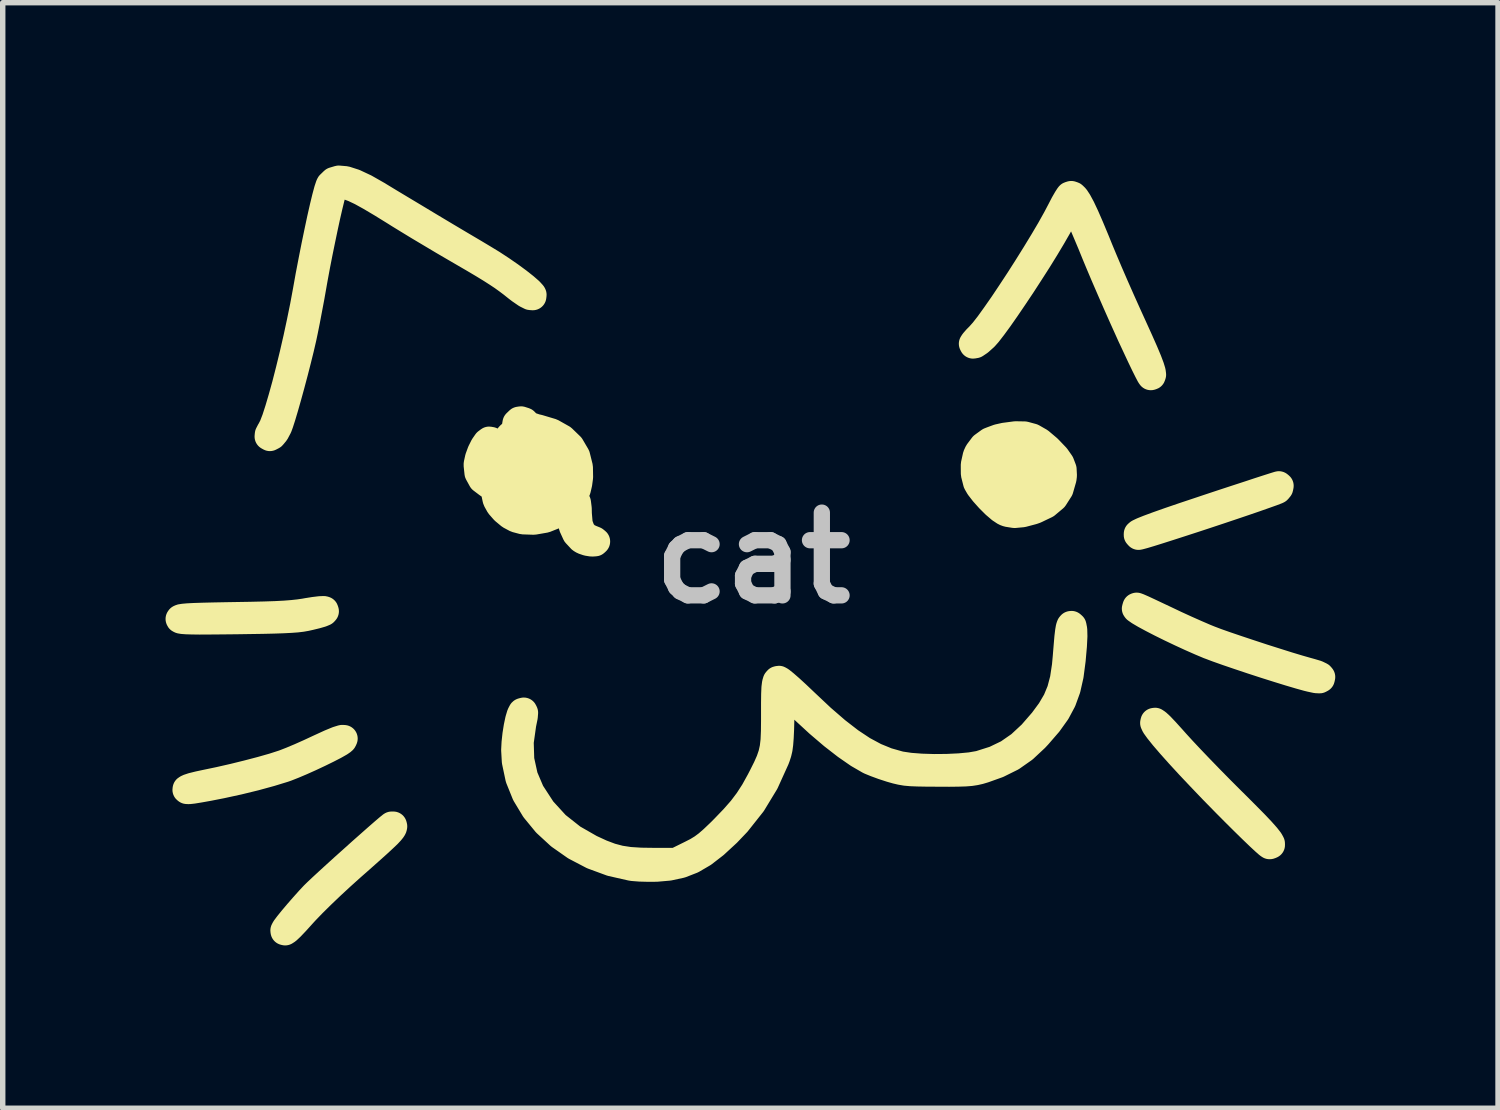
<source format=kicad_pcb>
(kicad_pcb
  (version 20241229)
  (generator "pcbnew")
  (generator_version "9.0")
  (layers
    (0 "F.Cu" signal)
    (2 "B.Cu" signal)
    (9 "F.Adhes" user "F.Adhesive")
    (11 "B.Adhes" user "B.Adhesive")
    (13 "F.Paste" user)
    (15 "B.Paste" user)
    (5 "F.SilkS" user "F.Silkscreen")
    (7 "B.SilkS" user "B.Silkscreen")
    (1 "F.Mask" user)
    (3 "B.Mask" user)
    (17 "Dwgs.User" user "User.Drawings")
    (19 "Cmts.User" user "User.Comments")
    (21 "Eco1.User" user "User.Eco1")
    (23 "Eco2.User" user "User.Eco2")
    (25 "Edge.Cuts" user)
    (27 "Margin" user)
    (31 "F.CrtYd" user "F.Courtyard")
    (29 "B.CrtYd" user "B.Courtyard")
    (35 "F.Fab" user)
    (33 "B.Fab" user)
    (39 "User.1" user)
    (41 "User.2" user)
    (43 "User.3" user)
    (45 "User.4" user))
  (footprint "cat"
    (layer "F.Cu")
    (at 10.821 7.229)
    (property "Reference" "cat" (at 0 0 0) (layer "Dwgs.User") (effects (font (size 1.524 1.524) (thickness 0.3))))
    (attr board_only exclude_from_pos_files exclude_from_bom)
    (fp_poly (pts (xy 9.713 -1.329) (xy 9.705 -1.288) (xy 9.673 -1.249) (xy 9.659 -1.241) (xy 9.565 -1.205) (xy 9.427 -1.156) (xy 9.254 -1.095) (xy 9.053 -1.026) (xy 8.831 -0.951) (xy 8.596 -0.872) (xy 8.355 -0.792) (xy 8.115 -0.713) (xy 7.884 -0.638) (xy 7.67 -0.569) (xy 7.479 -0.508) (xy 7.319 -0.458) (xy 7.199 -0.422) (xy 7.124 -0.402) (xy 7.104 -0.398) (xy 7.082 -0.422) (xy 7.083 -0.446) (xy 7.107 -0.466) (xy 7.176 -0.499) (xy 7.291 -0.545) (xy 7.456 -0.606) (xy 7.671 -0.682) (xy 7.94 -0.774) (xy 8.264 -0.882) (xy 8.38 -0.921) (xy 8.648 -1.01) (xy 8.898 -1.092) (xy 9.125 -1.166) (xy 9.321 -1.231) (xy 9.482 -1.283) (xy 9.601 -1.321) (xy 9.672 -1.343) (xy 9.69 -1.348)) (stroke (width 0.5) (type solid)) (fill yes) (layer "F.SilkS"))
    (fp_poly (pts (xy 7.449 3.036) (xy 7.513 3.095) (xy 7.604 3.191) (xy 7.728 3.328) (xy 7.8 3.409) (xy 7.917 3.537) (xy 8.068 3.698) (xy 8.244 3.882) (xy 8.436 4.08) (xy 8.634 4.281) (xy 8.828 4.475) (xy 8.86 4.506) (xy 9.071 4.717) (xy 9.241 4.889) (xy 9.371 5.026) (xy 9.464 5.131) (xy 9.524 5.208) (xy 9.552 5.259) (xy 9.553 5.289) (xy 9.527 5.3) (xy 9.519 5.301) (xy 9.489 5.28) (xy 9.421 5.22) (xy 9.32 5.126) (xy 9.192 5.003) (xy 9.042 4.856) (xy 8.875 4.69) (xy 8.713 4.527) (xy 8.474 4.283) (xy 8.249 4.048) (xy 8.042 3.829) (xy 7.856 3.627) (xy 7.697 3.449) (xy 7.566 3.297) (xy 7.468 3.175) (xy 7.406 3.089) (xy 7.384 3.041) (xy 7.384 3.041) (xy 7.39 3.013) (xy 7.41 3.01)) (stroke (width 0.5) (type solid)) (fill yes) (layer "F.SilkS"))
    (fp_poly (pts (xy -7.531 3.328) (xy -7.545 3.359) (xy -7.557 3.372) (xy -7.609 3.408) (xy -7.706 3.463) (xy -7.836 3.53) (xy -7.989 3.605) (xy -8.153 3.682) (xy -8.316 3.755) (xy -8.467 3.819) (xy -8.594 3.869) (xy -8.643 3.886) (xy -8.888 3.961) (xy -9.173 4.039) (xy -9.48 4.114) (xy -9.788 4.181) (xy -10.032 4.229) (xy -10.2 4.259) (xy -10.317 4.278) (xy -10.39 4.286) (xy -10.43 4.284) (xy -10.444 4.273) (xy -10.441 4.254) (xy -10.408 4.234) (xy -10.327 4.207) (xy -10.21 4.178) (xy -10.079 4.15) (xy -9.83 4.098) (xy -9.567 4.038) (xy -9.304 3.973) (xy -9.056 3.908) (xy -8.835 3.845) (xy -8.658 3.788) (xy -8.622 3.775) (xy -8.502 3.728) (xy -8.345 3.662) (xy -8.172 3.585) (xy -8 3.505) (xy -7.974 3.493) (xy -7.791 3.409) (xy -7.655 3.353) (xy -7.568 3.326)) (stroke (width 0.5) (type solid)) (fill yes) (layer "F.SilkS"))
    (fp_poly (pts (xy -6.618 4.945) (xy -6.623 4.969) (xy -6.639 4.998) (xy -6.672 5.039) (xy -6.725 5.096) (xy -6.804 5.171) (xy -6.912 5.271) (xy -7.055 5.399) (xy -7.236 5.56) (xy -7.401 5.705) (xy -7.582 5.868) (xy -7.769 6.041) (xy -7.948 6.212) (xy -8.108 6.37) (xy -8.238 6.505) (xy -8.284 6.555) (xy -8.415 6.7) (xy -8.511 6.801) (xy -8.577 6.863) (xy -8.617 6.889) (xy -8.637 6.884) (xy -8.64 6.863) (xy -8.621 6.827) (xy -8.568 6.756) (xy -8.488 6.657) (xy -8.39 6.541) (xy -8.281 6.416) (xy -8.169 6.291) (xy -8.092 6.209) (xy -8.038 6.156) (xy -7.949 6.072) (xy -7.831 5.963) (xy -7.692 5.836) (xy -7.539 5.697) (xy -7.378 5.553) (xy -7.218 5.409) (xy -7.064 5.273) (xy -6.925 5.15) (xy -6.807 5.047) (xy -6.718 4.971) (xy -6.665 4.928) (xy -6.656 4.922) (xy -6.624 4.922)) (stroke (width 0.5) (type solid)) (fill yes) (layer "F.SilkS"))
    (fp_poly (pts (xy -7.885 0.958) (xy -7.877 0.983) (xy -7.896 1.004) (xy -7.949 1.026) (xy -8.046 1.054) (xy -8.157 1.081) (xy -8.233 1.098) (xy -8.313 1.112) (xy -8.404 1.123) (xy -8.514 1.131) (xy -8.651 1.138) (xy -8.822 1.144) (xy -9.034 1.149) (xy -9.295 1.153) (xy -9.491 1.156) (xy -9.78 1.159) (xy -10.013 1.161) (xy -10.196 1.162) (xy -10.336 1.16) (xy -10.437 1.157) (xy -10.505 1.152) (xy -10.546 1.145) (xy -10.566 1.135) (xy -10.571 1.124) (xy -10.563 1.112) (xy -10.538 1.101) (xy -10.488 1.093) (xy -10.409 1.086) (xy -10.294 1.08) (xy -10.138 1.075) (xy -9.934 1.07) (xy -9.677 1.065) (xy -9.552 1.063) (xy -9.248 1.058) (xy -8.997 1.052) (xy -8.791 1.045) (xy -8.622 1.036) (xy -8.482 1.025) (xy -8.362 1.012) (xy -8.254 0.996) (xy -8.217 0.989) (xy -8.085 0.968) (xy -7.977 0.955) (xy -7.906 0.952)) (stroke (width 0.5) (type solid)) (fill yes) (layer "F.SilkS"))
    (fp_poly (pts (xy 7.103 0.901) (xy 7.183 0.936) (xy 7.299 0.99) (xy 7.443 1.058) (xy 7.598 1.131) (xy 7.787 1.221) (xy 7.984 1.311) (xy 8.171 1.394) (xy 8.331 1.463) (xy 8.41 1.495) (xy 8.541 1.545) (xy 8.717 1.607) (xy 8.926 1.678) (xy 9.157 1.755) (xy 9.397 1.834) (xy 9.634 1.909) (xy 9.856 1.979) (xy 10.052 2.038) (xy 10.209 2.083) (xy 10.278 2.102) (xy 10.389 2.135) (xy 10.459 2.169) (xy 10.479 2.193) (xy 10.471 2.229) (xy 10.441 2.245) (xy 10.378 2.242) (xy 10.271 2.219) (xy 10.214 2.205) (xy 10.074 2.166) (xy 9.888 2.111) (xy 9.671 2.044) (xy 9.434 1.969) (xy 9.191 1.89) (xy 8.955 1.811) (xy 8.738 1.737) (xy 8.552 1.671) (xy 8.412 1.618) (xy 8.41 1.618) (xy 8.248 1.55) (xy 8.069 1.471) (xy 7.882 1.385) (xy 7.695 1.296) (xy 7.517 1.208) (xy 7.356 1.125) (xy 7.221 1.052) (xy 7.119 0.992) (xy 7.059 0.95) (xy 7.047 0.934) (xy 7.059 0.893) (xy 7.07 0.889)) (stroke (width 0.5) (type solid)) (fill yes) (layer "F.SilkS"))
    (fp_poly (pts (xy 5.903 -6.682) (xy 5.946 -6.64) (xy 5.996 -6.564) (xy 6.057 -6.451) (xy 6.13 -6.296) (xy 6.218 -6.094) (xy 6.323 -5.842) (xy 6.387 -5.684) (xy 6.466 -5.494) (xy 6.563 -5.265) (xy 6.674 -5.009) (xy 6.792 -4.742) (xy 6.91 -4.479) (xy 7.007 -4.266) (xy 7.124 -4.008) (xy 7.216 -3.8) (xy 7.284 -3.638) (xy 7.33 -3.516) (xy 7.356 -3.431) (xy 7.363 -3.376) (xy 7.353 -3.347) (xy 7.331 -3.34) (xy 7.313 -3.366) (xy 7.273 -3.442) (xy 7.214 -3.56) (xy 7.14 -3.714) (xy 7.055 -3.896) (xy 6.96 -4.099) (xy 6.926 -4.175) (xy 6.814 -4.423) (xy 6.696 -4.689) (xy 6.579 -4.957) (xy 6.469 -5.211) (xy 6.373 -5.438) (xy 6.307 -5.597) (xy 6.229 -5.789) (xy 6.151 -5.974) (xy 6.08 -6.141) (xy 6.02 -6.276) (xy 5.977 -6.368) (xy 5.974 -6.374) (xy 5.879 -6.562) (xy 5.618 -6.092) (xy 5.515 -5.913) (xy 5.393 -5.709) (xy 5.257 -5.489) (xy 5.111 -5.261) (xy 4.962 -5.031) (xy 4.813 -4.808) (xy 4.671 -4.599) (xy 4.541 -4.413) (xy 4.426 -4.256) (xy 4.334 -4.137) (xy 4.272 -4.067) (xy 4.175 -3.98) (xy 4.101 -3.93) (xy 4.056 -3.922) (xy 4.044 -3.946) (xy 4.065 -3.979) (xy 4.117 -4.039) (xy 4.17 -4.092) (xy 4.244 -4.175) (xy 4.344 -4.303) (xy 4.464 -4.47) (xy 4.601 -4.666) (xy 4.748 -4.886) (xy 4.902 -5.12) (xy 5.057 -5.363) (xy 5.208 -5.605) (xy 5.351 -5.84) (xy 5.48 -6.059) (xy 5.59 -6.256) (xy 5.671 -6.41) (xy 5.73 -6.524) (xy 5.783 -6.616) (xy 5.82 -6.673) (xy 5.83 -6.684) (xy 5.865 -6.695)) (stroke (width 0.5) (type solid)) (fill yes) (layer "F.SilkS"))
    (fp_poly (pts (xy -7.503 -6.968) (xy -7.341 -6.916) (xy -7.143 -6.823) (xy -6.904 -6.687) (xy -6.892 -6.679) (xy -6.706 -6.566) (xy -6.478 -6.429) (xy -6.221 -6.275) (xy -5.947 -6.11) (xy -5.666 -5.942) (xy -5.39 -5.778) (xy -5.131 -5.625) (xy -4.969 -5.528) (xy -4.803 -5.427) (xy -4.635 -5.317) (xy -4.473 -5.205) (xy -4.326 -5.097) (xy -4.202 -4.999) (xy -4.11 -4.919) (xy -4.058 -4.862) (xy -4.051 -4.849) (xy -4.055 -4.813) (xy -4.1 -4.816) (xy -4.178 -4.855) (xy -4.286 -4.929) (xy -4.345 -4.974) (xy -4.439 -5.049) (xy -4.527 -5.115) (xy -4.616 -5.179) (xy -4.714 -5.244) (xy -4.828 -5.317) (xy -4.967 -5.402) (xy -5.139 -5.504) (xy -5.352 -5.628) (xy -5.5 -5.714) (xy -5.714 -5.839) (xy -5.937 -5.972) (xy -6.157 -6.103) (xy -6.357 -6.225) (xy -6.525 -6.328) (xy -6.585 -6.366) (xy -6.839 -6.523) (xy -7.048 -6.647) (xy -7.218 -6.741) (xy -7.355 -6.806) (xy -7.462 -6.846) (xy -7.546 -6.862) (xy -7.568 -6.863) (xy -7.663 -6.852) (xy -7.715 -6.813) (xy -7.719 -6.805) (xy -7.739 -6.749) (xy -7.769 -6.641) (xy -7.806 -6.489) (xy -7.849 -6.303) (xy -7.895 -6.09) (xy -7.943 -5.86) (xy -7.992 -5.621) (xy -8.039 -5.381) (xy -8.082 -5.149) (xy -8.106 -5.013) (xy -8.144 -4.798) (xy -8.186 -4.576) (xy -8.226 -4.365) (xy -8.263 -4.181) (xy -8.29 -4.053) (xy -8.335 -3.859) (xy -8.388 -3.645) (xy -8.446 -3.418) (xy -8.506 -3.192) (xy -8.566 -2.974) (xy -8.622 -2.777) (xy -8.672 -2.609) (xy -8.713 -2.482) (xy -8.738 -2.414) (xy -8.792 -2.312) (xy -8.849 -2.244) (xy -8.899 -2.218) (xy -8.931 -2.236) (xy -8.927 -2.279) (xy -8.894 -2.343) (xy -8.888 -2.351) (xy -8.848 -2.428) (xy -8.798 -2.558) (xy -8.741 -2.734) (xy -8.678 -2.948) (xy -8.61 -3.193) (xy -8.541 -3.463) (xy -8.471 -3.75) (xy -8.403 -4.046) (xy -8.339 -4.344) (xy -8.279 -4.638) (xy -8.227 -4.918) (xy -8.177 -5.198) (xy -8.123 -5.479) (xy -8.069 -5.753) (xy -8.015 -6.013) (xy -7.964 -6.253) (xy -7.916 -6.464) (xy -7.873 -6.641) (xy -7.837 -6.775) (xy -7.809 -6.859) (xy -7.799 -6.881) (xy -7.728 -6.95) (xy -7.631 -6.979)) (stroke (width 0.5) (type solid)) (fill yes) (layer "F.SilkS"))
    (fp_poly (pts (xy 5.896 1.249) (xy 5.91 1.321) (xy 5.913 1.444) (xy 5.904 1.622) (xy 5.883 1.857) (xy 5.882 1.873) (xy 5.844 2.163) (xy 5.788 2.411) (xy 5.708 2.631) (xy 5.598 2.837) (xy 5.45 3.044) (xy 5.258 3.266) (xy 5.205 3.323) (xy 4.994 3.52) (xy 4.769 3.678) (xy 4.513 3.805) (xy 4.259 3.896) (xy 4.175 3.921) (xy 4.096 3.939) (xy 4.012 3.952) (xy 3.912 3.96) (xy 3.783 3.964) (xy 3.615 3.966) (xy 3.416 3.965) (xy 3.203 3.964) (xy 3.04 3.961) (xy 2.913 3.956) (xy 2.813 3.947) (xy 2.726 3.932) (xy 2.641 3.912) (xy 2.546 3.885) (xy 2.533 3.881) (xy 2.395 3.836) (xy 2.262 3.787) (xy 2.159 3.745) (xy 2.135 3.733) (xy 1.94 3.62) (xy 1.715 3.464) (xy 1.469 3.273) (xy 1.21 3.052) (xy 0.946 2.809) (xy 0.813 2.68) (xy 0.527 2.396) (xy 0.514 2.952) (xy 0.509 3.155) (xy 0.502 3.309) (xy 0.493 3.425) (xy 0.481 3.516) (xy 0.463 3.592) (xy 0.439 3.666) (xy 0.423 3.708) (xy 0.229 4.136) (xy -0.006 4.523) (xy -0.288 4.879) (xy -0.471 5.071) (xy -0.701 5.283) (xy -0.913 5.447) (xy -1.118 5.567) (xy -1.326 5.648) (xy -1.548 5.696) (xy -1.777 5.716) (xy -1.93 5.717) (xy -2.083 5.713) (xy -2.21 5.703) (xy -2.243 5.698) (xy -2.609 5.615) (xy -2.954 5.488) (xy -3.272 5.322) (xy -3.56 5.12) (xy -3.812 4.888) (xy -4.024 4.63) (xy -4.192 4.351) (xy -4.311 4.056) (xy -4.376 3.748) (xy -4.388 3.539) (xy -4.381 3.404) (xy -4.365 3.257) (xy -4.342 3.112) (xy -4.315 2.984) (xy -4.286 2.887) (xy -4.259 2.835) (xy -4.254 2.831) (xy -4.221 2.822) (xy -4.207 2.851) (xy -4.213 2.925) (xy -4.239 3.052) (xy -4.241 3.06) (xy -4.288 3.394) (xy -4.278 3.718) (xy -4.21 4.028) (xy -4.087 4.317) (xy -4.085 4.32) (xy -3.876 4.641) (xy -3.621 4.92) (xy -3.321 5.157) (xy -2.991 5.346) (xy -2.791 5.438) (xy -2.616 5.504) (xy -2.45 5.548) (xy -2.273 5.575) (xy -2.068 5.588) (xy -1.867 5.591) (xy -1.42 5.592) (xy -1.147 5.457) (xy -1.031 5.398) (xy -0.933 5.338) (xy -0.84 5.269) (xy -0.738 5.18) (xy -0.614 5.062) (xy -0.534 4.982) (xy -0.355 4.796) (xy -0.211 4.632) (xy -0.091 4.473) (xy 0.019 4.303) (xy 0.129 4.104) (xy 0.173 4.019) (xy 0.25 3.865) (xy 0.307 3.736) (xy 0.348 3.617) (xy 0.375 3.496) (xy 0.391 3.359) (xy 0.398 3.193) (xy 0.4 2.984) (xy 0.4 2.891) (xy 0.4 2.673) (xy 0.402 2.509) (xy 0.407 2.392) (xy 0.417 2.313) (xy 0.431 2.266) (xy 0.451 2.243) (xy 0.478 2.237) (xy 0.48 2.237) (xy 0.515 2.257) (xy 0.586 2.314) (xy 0.686 2.401) (xy 0.807 2.512) (xy 0.942 2.64) (xy 0.964 2.661) (xy 1.267 2.946) (xy 1.541 3.183) (xy 1.793 3.378) (xy 2.028 3.534) (xy 2.253 3.655) (xy 2.473 3.745) (xy 2.695 3.808) (xy 2.727 3.815) (xy 2.895 3.84) (xy 3.104 3.856) (xy 3.336 3.863) (xy 3.575 3.861) (xy 3.805 3.85) (xy 4.008 3.831) (xy 4.169 3.803) (xy 4.18 3.8) (xy 4.454 3.713) (xy 4.697 3.596) (xy 4.919 3.442) (xy 5.133 3.243) (xy 5.338 3.007) (xy 5.481 2.813) (xy 5.589 2.629) (xy 5.667 2.441) (xy 5.722 2.232) (xy 5.759 1.987) (xy 5.774 1.823) (xy 5.791 1.616) (xy 5.804 1.463) (xy 5.817 1.355) (xy 5.829 1.285) (xy 5.842 1.246) (xy 5.857 1.228) (xy 5.87 1.226)) (stroke (width 0.5) (type solid)) (fill yes) (layer "F.SilkS"))
    (fp_poly (pts (xy 5.006 -2.265) (xy 5.15 -2.226) (xy 5.288 -2.147) (xy 5.436 -2.022) (xy 5.46 -1.998) (xy 5.59 -1.862) (xy 5.672 -1.745) (xy 5.714 -1.635) (xy 5.72 -1.519) (xy 5.713 -1.462) (xy 5.656 -1.264) (xy 5.554 -1.104) (xy 5.403 -0.977) (xy 5.202 -0.881) (xy 5.153 -0.864) (xy 4.968 -0.815) (xy 4.819 -0.801) (xy 4.693 -0.821) (xy 4.642 -0.84) (xy 4.561 -0.893) (xy 4.477 -0.965) (xy 4.596 -0.965) (xy 4.611 -0.95) (xy 4.627 -0.965) (xy 4.611 -0.98) (xy 4.596 -0.965) (xy 4.477 -0.965) (xy 4.459 -0.98) (xy 4.441 -0.998) (xy 5.091 -0.998) (xy 5.098 -0.982) (xy 5.115 -0.98) (xy 5.157 -1.003) (xy 5.163 -1.011) (xy 5.158 -1.028) (xy 5.134 -1.023) (xy 5.091 -0.998) (xy 4.441 -0.998) (xy 4.35 -1.089) (xy 4.248 -1.203) (xy 4.166 -1.309) (xy 4.122 -1.385) (xy 4.081 -1.547) (xy 4.08 -1.653) (xy 4.137 -1.653) (xy 4.147 -1.586) (xy 4.17 -1.497) (xy 4.201 -1.405) (xy 4.233 -1.33) (xy 4.259 -1.289) (xy 4.265 -1.287) (xy 4.27 -1.315) (xy 4.274 -1.387) (xy 4.275 -1.463) (xy 4.279 -1.551) (xy 4.36 -1.551) (xy 4.361 -1.414) (xy 4.382 -1.287) (xy 4.42 -1.185) (xy 4.473 -1.119) (xy 4.52 -1.103) (xy 4.56 -1.116) (xy 4.564 -1.126) (xy 4.55 -1.167) (xy 4.519 -1.226) (xy 4.518 -1.229) (xy 4.657 -1.229) (xy 4.682 -1.165) (xy 4.744 -1.107) (xy 4.825 -1.062) (xy 4.909 -1.039) (xy 4.979 -1.045) (xy 5.008 -1.069) (xy 4.994 -1.095) (xy 4.94 -1.117) (xy 4.938 -1.118) (xy 5.423 -1.118) (xy 5.438 -1.103) (xy 5.454 -1.118) (xy 5.438 -1.134) (xy 5.423 -1.118) (xy 4.938 -1.118) (xy 4.86 -1.15) (xy 4.825 -1.171) (xy 5.01 -1.171) (xy 5.119 -1.168) (xy 5.132 -1.169) (xy 5.455 -1.169) (xy 5.468 -1.168) (xy 5.498 -1.2) (xy 5.535 -1.256) (xy 5.558 -1.301) (xy 5.592 -1.401) (xy 5.609 -1.515) (xy 5.609 -1.623) (xy 5.592 -1.703) (xy 5.576 -1.726) (xy 5.552 -1.739) (xy 5.549 -1.707) (xy 5.556 -1.664) (xy 5.557 -1.568) (xy 5.537 -1.439) (xy 5.501 -1.302) (xy 5.468 -1.213) (xy 5.455 -1.169) (xy 5.132 -1.169) (xy 5.215 -1.181) (xy 5.292 -1.236) (xy 5.303 -1.248) (xy 5.347 -1.299) (xy 5.351 -1.309) (xy 5.315 -1.28) (xy 5.308 -1.274) (xy 5.23 -1.229) (xy 5.133 -1.195) (xy 5.124 -1.194) (xy 5.01 -1.171) (xy 4.825 -1.171) (xy 4.771 -1.204) (xy 4.757 -1.214) (xy 4.694 -1.26) (xy 4.665 -1.269) (xy 4.657 -1.245) (xy 4.657 -1.229) (xy 4.518 -1.229) (xy 4.495 -1.298) (xy 4.487 -1.348) (xy 4.565 -1.348) (xy 4.576 -1.323) (xy 4.586 -1.328) (xy 4.589 -1.364) (xy 4.586 -1.369) (xy 4.567 -1.364) (xy 4.565 -1.348) (xy 4.487 -1.348) (xy 4.482 -1.382) (xy 4.712 -1.382) (xy 4.728 -1.352) (xy 4.781 -1.304) (xy 4.856 -1.252) (xy 4.931 -1.211) (xy 4.979 -1.195) (xy 4.976 -1.209) (xy 4.931 -1.242) (xy 4.909 -1.256) (xy 4.832 -1.318) (xy 4.778 -1.387) (xy 4.774 -1.395) (xy 4.742 -1.444) (xy 4.716 -1.436) (xy 4.715 -1.434) (xy 4.712 -1.382) (xy 4.482 -1.382) (xy 4.478 -1.406) (xy 4.472 -1.501) (xy 4.467 -1.607) (xy 4.58 -1.607) (xy 4.593 -1.543) (xy 4.616 -1.492) (xy 4.641 -1.477) (xy 4.647 -1.481) (xy 4.66 -1.516) (xy 4.672 -1.562) (xy 4.817 -1.562) (xy 4.826 -1.485) (xy 4.892 -1.394) (xy 4.905 -1.381) (xy 4.987 -1.315) (xy 5.072 -1.29) (xy 5.111 -1.29) (xy 5.224 -1.292) (xy 5.125 -1.321) (xy 5.015 -1.377) (xy 5.004 -1.394) (xy 5.362 -1.394) (xy 5.377 -1.379) (xy 5.393 -1.394) (xy 5.377 -1.409) (xy 5.362 -1.394) (xy 5.004 -1.394) (xy 4.957 -1.466) (xy 4.955 -1.519) (xy 5.035 -1.519) (xy 5.054 -1.474) (xy 5.111 -1.42) (xy 5.186 -1.413) (xy 5.26 -1.453) (xy 5.29 -1.488) (xy 5.321 -1.576) (xy 5.311 -1.66) (xy 5.265 -1.722) (xy 5.218 -1.741) (xy 5.153 -1.726) (xy 5.109 -1.675) (xy 5.1 -1.613) (xy 5.116 -1.579) (xy 5.129 -1.534) (xy 5.101 -1.508) (xy 5.052 -1.519) (xy 5.035 -1.519) (xy 4.955 -1.519) (xy 4.953 -1.58) (xy 4.959 -1.607) (xy 4.974 -1.676) (xy 4.962 -1.698) (xy 4.917 -1.674) (xy 4.864 -1.63) (xy 4.817 -1.562) (xy 4.672 -1.562) (xy 4.681 -1.595) (xy 4.702 -1.69) (xy 4.704 -1.702) (xy 4.784 -1.702) (xy 4.795 -1.692) (xy 4.835 -1.725) (xy 4.896 -1.76) (xy 4.994 -1.795) (xy 5.089 -1.819) (xy 5.284 -1.859) (xy 5.206 -1.909) (xy 5.079 -1.971) (xy 4.971 -1.977) (xy 4.886 -1.928) (xy 4.883 -1.925) (xy 4.828 -1.841) (xy 4.797 -1.763) (xy 4.784 -1.702) (xy 4.704 -1.702) (xy 4.722 -1.791) (xy 4.733 -1.864) (xy 4.734 -1.894) (xy 4.712 -1.88) (xy 4.674 -1.83) (xy 4.631 -1.762) (xy 4.595 -1.695) (xy 4.583 -1.663) (xy 4.58 -1.607) (xy 4.467 -1.607) (xy 4.467 -1.615) (xy 4.456 -1.711) (xy 4.444 -1.762) (xy 4.427 -1.79) (xy 4.41 -1.774) (xy 4.388 -1.706) (xy 4.382 -1.685) (xy 4.36 -1.551) (xy 4.279 -1.551) (xy 4.282 -1.622) (xy 4.307 -1.741) (xy 4.355 -1.84) (xy 4.373 -1.864) (xy 4.532 -1.864) (xy 4.546 -1.848) (xy 4.591 -1.872) (xy 4.635 -1.91) (xy 4.693 -1.97) (xy 4.726 -2.009) (xy 4.729 -2.017) (xy 4.702 -2.014) (xy 4.648 -1.987) (xy 4.592 -1.95) (xy 4.558 -1.918) (xy 4.532 -1.864) (xy 4.373 -1.864) (xy 4.405 -1.907) (xy 4.496 -2.023) (xy 4.538 -2.094) (xy 4.64 -2.094) (xy 4.675 -2.096) (xy 4.703 -2.102) (xy 4.772 -2.12) (xy 4.808 -2.134) (xy 4.808 -2.134) (xy 4.804 -2.145) (xy 4.764 -2.144) (xy 4.709 -2.133) (xy 4.662 -2.116) (xy 4.657 -2.113) (xy 4.64 -2.094) (xy 4.538 -2.094) (xy 4.54 -2.099) (xy 4.539 -2.136) (xy 4.491 -2.132) (xy 4.396 -2.088) (xy 4.378 -2.078) (xy 4.265 -1.983) (xy 4.182 -1.85) (xy 4.14 -1.702) (xy 4.137 -1.653) (xy 4.08 -1.653) (xy 4.08 -1.72) (xy 4.116 -1.882) (xy 4.145 -1.945) (xy 4.236 -2.066) (xy 4.357 -2.154) (xy 4.4 -2.171) (xy 5.034 -2.171) (xy 5.043 -2.153) (xy 5.055 -2.145) (xy 5.121 -2.119) (xy 5.147 -2.117) (xy 5.166 -2.125) (xy 5.132 -2.145) (xy 5.067 -2.168) (xy 5.034 -2.171) (xy 4.4 -2.171) (xy 4.454 -2.191) (xy 4.933 -2.191) (xy 4.948 -2.175) (xy 4.964 -2.191) (xy 4.948 -2.206) (xy 4.933 -2.191) (xy 4.454 -2.191) (xy 4.519 -2.215) (xy 4.635 -2.241) (xy 4.84 -2.268)) (stroke (width 0.5) (type solid)) (fill yes) (layer "F.SilkS"))
    (fp_poly (pts (xy -4.203 -2.521) (xy -4.169 -2.486) (xy -4.114 -2.441) (xy -4 -2.403) (xy -3.947 -2.391) (xy -3.706 -2.319) (xy -3.507 -2.207) (xy -3.354 -2.059) (xy -3.249 -1.88) (xy -3.197 -1.672) (xy -3.194 -1.488) (xy -3.21 -1.37) (xy -3.235 -1.263) (xy -3.256 -1.209) (xy -3.284 -1.142) (xy -3.279 -1.101) (xy -3.26 -1.079) (xy -3.233 -1.021) (xy -3.219 -0.909) (xy -3.217 -0.815) (xy -3.201 -0.627) (xy -3.15 -0.488) (xy -3.064 -0.395) (xy -2.979 -0.357) (xy -2.912 -0.33) (xy -2.88 -0.304) (xy -2.88 -0.302) (xy -2.905 -0.279) (xy -2.968 -0.275) (xy -3.048 -0.288) (xy -3.127 -0.315) (xy -3.168 -0.34) (xy -3.264 -0.443) (xy -3.327 -0.581) (xy -3.357 -0.731) (xy -3.375 -0.819) (xy -3.398 -0.877) (xy -3.413 -0.888) (xy -3.456 -0.875) (xy -3.535 -0.84) (xy -3.63 -0.792) (xy -3.828 -0.713) (xy -4.036 -0.677) (xy -4.236 -0.684) (xy -4.364 -0.718) (xy -4.476 -0.778) (xy -4.584 -0.868) (xy -4.595 -0.88) (xy -4.421 -0.88) (xy -4.348 -0.824) (xy -4.258 -0.783) (xy -4.14 -0.767) (xy -4.027 -0.777) (xy -3.998 -0.786) (xy -3.992 -0.799) (xy -3.792 -0.799) (xy -3.788 -0.797) (xy -3.76 -0.818) (xy -3.753 -0.827) (xy -3.746 -0.856) (xy -3.75 -0.858) (xy -3.778 -0.836) (xy -3.784 -0.827) (xy -3.792 -0.799) (xy -3.992 -0.799) (xy -3.989 -0.804) (xy -4.026 -0.829) (xy -4.093 -0.855) (xy -4.176 -0.877) (xy -4.26 -0.891) (xy -4.33 -0.893) (xy -4.332 -0.892) (xy -4.421 -0.88) (xy -4.595 -0.88) (xy -4.673 -0.969) (xy -4.727 -1.066) (xy -4.733 -1.087) (xy -4.752 -1.178) (xy -4.763 -1.235) (xy -4.769 -1.244) (xy -4.622 -1.244) (xy -4.59 -1.148) (xy -4.56 -1.083) (xy -4.507 -0.995) (xy -4.456 -0.955) (xy -4.422 -0.95) (xy -4.367 -0.957) (xy -4.351 -0.968) (xy -4.367 -1.003) (xy -4.386 -1.033) (xy -4.07 -1.033) (xy -4.063 -1.016) (xy -4.032 -0.983) (xy -4.014 -0.99) (xy -4.014 -0.994) (xy -4.034 -1.018) (xy -3.817 -1.018) (xy -3.787 -1.014) (xy -3.747 -1.019) (xy -3.746 -1.03) (xy -3.787 -1.037) (xy -3.805 -1.032) (xy -3.817 -1.018) (xy -4.034 -1.018) (xy -4.036 -1.02) (xy -4.049 -1.029) (xy -4.07 -1.033) (xy -4.386 -1.033) (xy -4.406 -1.064) (xy -4.41 -1.07) (xy -4.459 -1.156) (xy -4.49 -1.235) (xy -4.527 -1.302) (xy -4.569 -1.317) (xy -4.615 -1.3) (xy -4.622 -1.244) (xy -4.769 -1.244) (xy -4.804 -1.301) (xy -4.883 -1.355) (xy -4.378 -1.355) (xy -4.349 -1.289) (xy -4.318 -1.237) (xy -4.251 -1.149) (xy -4.187 -1.098) (xy -4.137 -1.093) (xy -4.128 -1.099) (xy -4.136 -1.131) (xy -4.167 -1.176) (xy -3.93 -1.176) (xy -3.925 -1.154) (xy -3.888 -1.136) (xy -3.885 -1.135) (xy -3.782 -1.11) (xy -3.714 -1.134) (xy -3.676 -1.21) (xy -3.674 -1.218) (xy -3.667 -1.323) (xy -3.677 -1.417) (xy -3.693 -1.467) (xy -3.703 -1.467) (xy -3.704 -1.458) (xy -3.727 -1.406) (xy -3.783 -1.333) (xy -3.832 -1.282) (xy -3.901 -1.214) (xy -3.93 -1.176) (xy -4.167 -1.176) (xy -4.178 -1.192) (xy -4.243 -1.266) (xy -4.324 -1.344) (xy -4.369 -1.373) (xy -4.378 -1.355) (xy -4.883 -1.355) (xy -4.885 -1.356) (xy -4.997 -1.441) (xy -5.064 -1.563) (xy -5.08 -1.712) (xy -5.078 -1.735) (xy -5.055 -1.84) (xy -5.014 -1.952) (xy -4.962 -2.056) (xy -4.908 -2.134) (xy -4.86 -2.17) (xy -4.86 -2.17) (xy -4.821 -2.163) (xy -4.815 -2.118) (xy -4.841 -2.031) (xy -4.887 -1.926) (xy -4.944 -1.778) (xy -4.959 -1.663) (xy -4.933 -1.572) (xy -4.888 -1.515) (xy -4.816 -1.455) (xy -4.771 -1.448) (xy -4.761 -1.471) (xy -4.565 -1.471) (xy -4.554 -1.445) (xy -4.545 -1.45) (xy -4.541 -1.487) (xy -4.545 -1.491) (xy -4.563 -1.487) (xy -4.565 -1.471) (xy -4.761 -1.471) (xy -4.751 -1.495) (xy -4.749 -1.53) (xy -4.744 -1.581) (xy -4.657 -1.581) (xy -4.655 -1.536) (xy -4.642 -1.527) (xy -4.608 -1.558) (xy -4.586 -1.583) (xy -4.017 -1.583) (xy -4.014 -1.485) (xy -4.007 -1.409) (xy -3.999 -1.379) (xy -3.97 -1.359) (xy -3.946 -1.393) (xy -3.929 -1.474) (xy -3.922 -1.594) (xy -3.922 -1.599) (xy -3.925 -1.636) (xy -3.633 -1.636) (xy -3.616 -1.584) (xy -3.592 -1.485) (xy -3.585 -1.407) (xy -3.58 -1.344) (xy -3.569 -1.317) (xy -3.56 -1.345) (xy -3.554 -1.412) (xy -3.554 -1.434) (xy -3.566 -1.528) (xy -3.595 -1.603) (xy -3.6 -1.61) (xy -3.631 -1.647) (xy -3.633 -1.636) (xy -3.925 -1.636) (xy -3.929 -1.703) (xy -3.827 -1.703) (xy -3.822 -1.663) (xy -3.811 -1.663) (xy -3.804 -1.704) (xy -3.809 -1.722) (xy -3.823 -1.733) (xy -3.827 -1.703) (xy -3.929 -1.703) (xy -3.93 -1.709) (xy -3.95 -1.783) (xy -3.979 -1.811) (xy -4 -1.801) (xy -4.01 -1.762) (xy -4.016 -1.682) (xy -4.017 -1.583) (xy -4.586 -1.583) (xy -4.556 -1.616) (xy -4.487 -1.704) (xy -4.431 -1.791) (xy -4.417 -1.82) (xy -4.395 -1.902) (xy -4.402 -1.92) (xy -3.881 -1.92) (xy -3.877 -1.902) (xy -3.861 -1.9) (xy -3.835 -1.911) (xy -3.836 -1.912) (xy -3.652 -1.912) (xy -3.619 -1.866) (xy -3.617 -1.864) (xy -3.542 -1.75) (xy -3.491 -1.606) (xy -3.466 -1.45) (xy -3.469 -1.299) (xy -3.501 -1.169) (xy -3.548 -1.094) (xy -3.607 -1.022) (xy -3.618 -0.986) (xy -3.586 -0.987) (xy -3.514 -1.028) (xy -3.476 -1.057) (xy -3.38 -1.162) (xy -3.314 -1.299) (xy -3.287 -1.443) (xy -3.292 -1.517) (xy -3.321 -1.589) (xy -3.379 -1.68) (xy -3.453 -1.774) (xy -3.53 -1.856) (xy -3.599 -1.913) (xy -3.642 -1.93) (xy -3.652 -1.912) (xy -3.836 -1.912) (xy -3.84 -1.92) (xy -3.876 -1.924) (xy -3.881 -1.92) (xy -4.402 -1.92) (xy -4.41 -1.94) (xy -4.439 -1.946) (xy -3.952 -1.946) (xy -3.937 -1.93) (xy -3.922 -1.946) (xy -3.937 -1.961) (xy -3.952 -1.946) (xy -4.439 -1.946) (xy -4.453 -1.948) (xy -4.507 -1.911) (xy -4.563 -1.841) (xy -4.613 -1.752) (xy -4.647 -1.656) (xy -4.657 -1.581) (xy -4.744 -1.581) (xy -4.734 -1.689) (xy -4.694 -1.857) (xy -4.647 -1.987) (xy -4.577 -1.987) (xy -4.569 -1.965) (xy -4.522 -1.989) (xy -4.481 -2.02) (xy -4.43 -2.085) (xy -4.412 -2.146) (xy -4.424 -2.188) (xy -4.457 -2.176) (xy -4.509 -2.111) (xy -4.544 -2.055) (xy -4.577 -1.987) (xy -4.647 -1.987) (xy -4.635 -2.019) (xy -4.564 -2.157) (xy -4.537 -2.191) (xy -4.251 -2.191) (xy -4.249 -2.128) (xy -4.242 -2.111) (xy -4.238 -2.121) (xy -4.232 -2.195) (xy -4.237 -2.244) (xy -4.245 -2.261) (xy -4.25 -2.224) (xy -4.251 -2.191) (xy -4.537 -2.191) (xy -4.485 -2.257) (xy -4.464 -2.275) (xy -4.097 -2.275) (xy -4.091 -2.244) (xy -4.07 -2.173) (xy -4.045 -2.152) (xy -3.996 -2.175) (xy -3.97 -2.192) (xy -3.91 -2.225) (xy -3.863 -2.222) (xy -3.815 -2.194) (xy -3.76 -2.15) (xy -3.738 -2.116) (xy -3.714 -2.086) (xy -3.652 -2.04) (xy -3.608 -2.013) (xy -3.507 -1.944) (xy -3.412 -1.865) (xy -3.388 -1.841) (xy -3.33 -1.783) (xy -3.293 -1.75) (xy -3.287 -1.746) (xy -3.294 -1.771) (xy -3.321 -1.832) (xy -3.338 -1.865) (xy -3.433 -2.001) (xy -3.567 -2.129) (xy -3.719 -2.231) (xy -3.84 -2.283) (xy -3.969 -2.318) (xy -4.05 -2.329) (xy -4.089 -2.315) (xy -4.097 -2.275) (xy -4.464 -2.275) (xy -4.453 -2.283) (xy -4.4 -2.337) (xy -4.381 -2.388) (xy -4.364 -2.487) (xy -4.312 -2.537) (xy -4.272 -2.543)) (stroke (width 0.5) (type solid)) (fill yes) (layer "F.SilkS")))
  (gr_rect
    (start -3 -3)
    (end 24.549 17.368)
    (stroke (width 0.1) (type default))
    (fill no)
    (layer "Edge.Cuts")))
</source>
